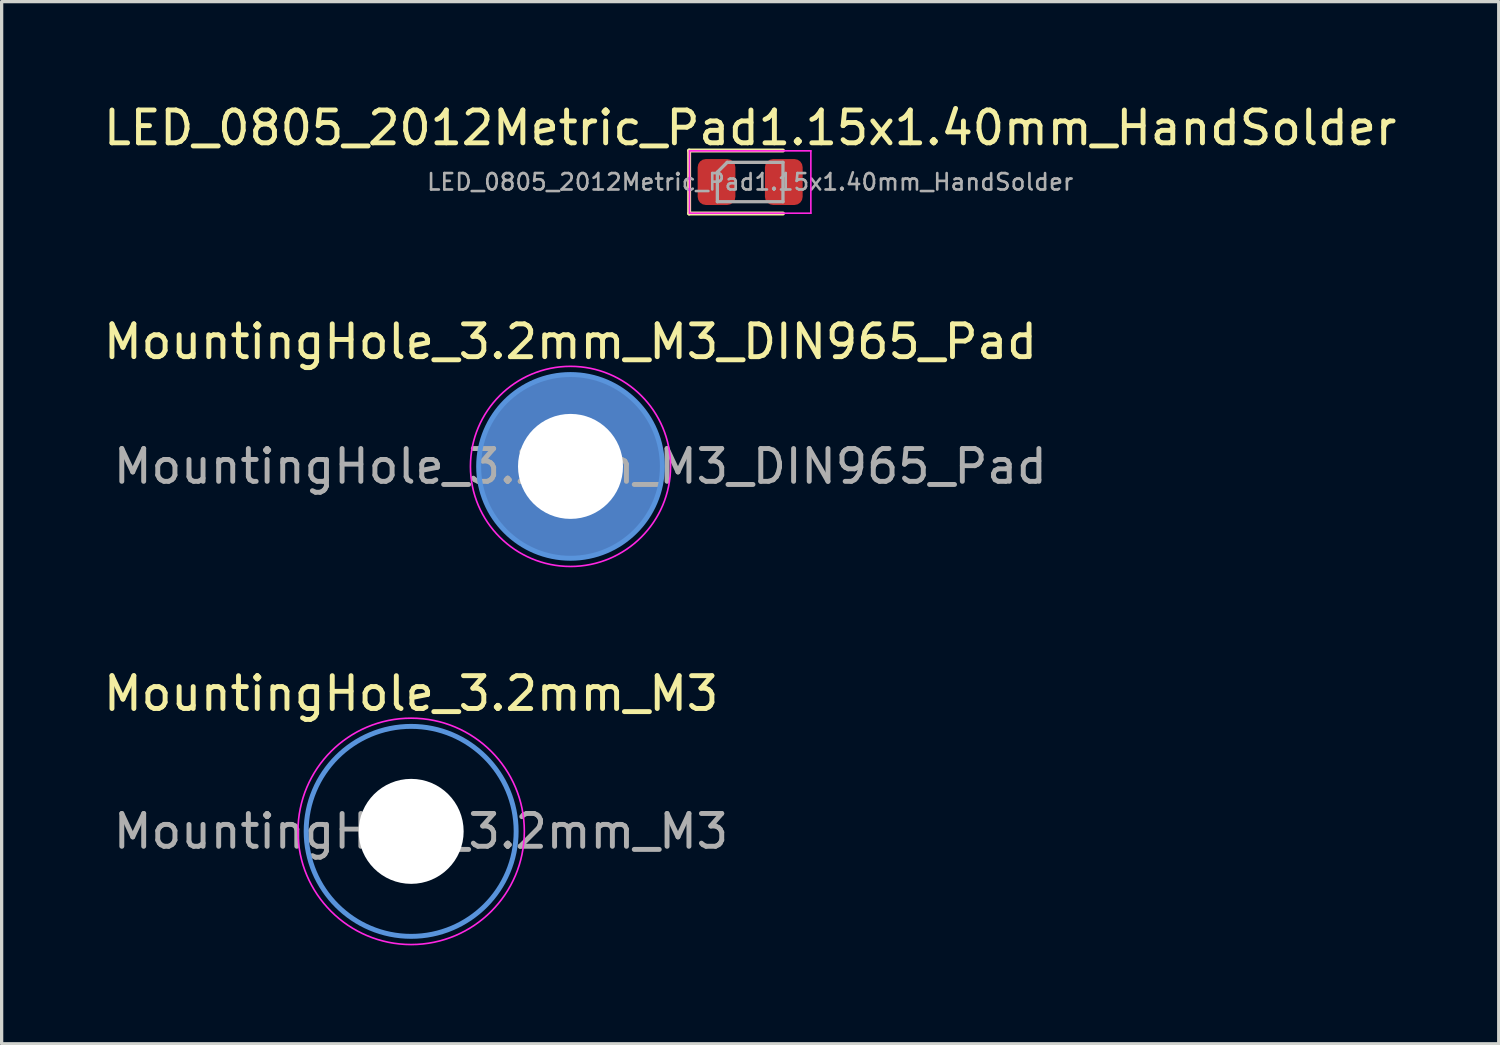
<source format=kicad_pcb>
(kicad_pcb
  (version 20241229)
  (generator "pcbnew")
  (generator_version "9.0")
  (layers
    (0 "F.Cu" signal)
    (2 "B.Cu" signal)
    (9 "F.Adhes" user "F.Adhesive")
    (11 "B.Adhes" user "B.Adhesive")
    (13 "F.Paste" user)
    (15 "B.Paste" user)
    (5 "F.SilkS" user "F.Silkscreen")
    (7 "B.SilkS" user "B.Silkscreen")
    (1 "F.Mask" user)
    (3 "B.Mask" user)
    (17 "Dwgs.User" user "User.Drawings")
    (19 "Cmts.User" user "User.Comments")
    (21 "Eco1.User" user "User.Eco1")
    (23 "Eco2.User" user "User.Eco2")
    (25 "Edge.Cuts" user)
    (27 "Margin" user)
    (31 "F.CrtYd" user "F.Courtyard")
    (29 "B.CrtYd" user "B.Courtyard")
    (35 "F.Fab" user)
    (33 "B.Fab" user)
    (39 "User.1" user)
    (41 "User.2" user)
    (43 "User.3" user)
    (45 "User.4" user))
  (footprint "LED_0805_2012Metric_Pad1.15x1.40mm_HandSolder"
    (layer "F.Cu")
    (at 19.815 2.498)
    (property "Reference" "LED_0805_2012Metric_Pad1.15x1.40mm_HandSolder" (at 0 -1.65 180) (layer "F.SilkS") (effects (font (size 1 1) (thickness 0.15))))
    (attr smd)
    (fp_line (start -1.86 -0.96) (end -1.86 0.96) (stroke (width 0.12) (type solid)) (layer "F.SilkS"))
    (fp_line (start -1.86 0.96) (end 1 0.96) (stroke (width 0.12) (type solid)) (layer "F.SilkS"))
    (fp_line (start 1 -0.96) (end -1.86 -0.96) (stroke (width 0.12) (type solid)) (layer "F.SilkS"))
    (fp_line (start -1.85 -0.95) (end 1.85 -0.95) (stroke (width 0.05) (type solid)) (layer "F.CrtYd"))
    (fp_line (start -1.85 0.95) (end -1.85 -0.95) (stroke (width 0.05) (type solid)) (layer "F.CrtYd"))
    (fp_line (start 1.85 -0.95) (end 1.85 0.95) (stroke (width 0.05) (type solid)) (layer "F.CrtYd"))
    (fp_line (start 1.85 0.95) (end -1.85 0.95) (stroke (width 0.05) (type solid)) (layer "F.CrtYd"))
    (fp_line (start -1 -0.3) (end -1 0.6) (stroke (width 0.1) (type solid)) (layer "F.Fab"))
    (fp_line (start -1 0.6) (end 1 0.6) (stroke (width 0.1) (type solid)) (layer "F.Fab"))
    (fp_line (start -0.7 -0.6) (end -1 -0.3) (stroke (width 0.1) (type solid)) (layer "F.Fab"))
    (fp_line (start 1 -0.6) (end -0.7 -0.6) (stroke (width 0.1) (type solid)) (layer "F.Fab"))
    (fp_line (start 1 0.6) (end 1 -0.6) (stroke (width 0.1) (type solid)) (layer "F.Fab"))
    (fp_text user "${REFERENCE}" (at 0 0 180) (layer "F.Fab") (effects (font (size 0.5 0.5) (thickness 0.08))))
    (pad "1" smd roundrect (at -1.025 0) (size 1.15 1.4) (layers "F.Cu" "F.Mask" "F.Paste") (roundrect_rratio 0.217))
    (pad "2" smd roundrect (at 1.025 0) (size 1.15 1.4) (layers "F.Cu" "F.Mask" "F.Paste") (roundrect_rratio 0.217)))
  (footprint "MountingHole_3.2mm_M3_DIN965_Pad"
    (layer "F.Cu")
    (at 14.339 11.166)
    (property "Reference" "MountingHole_3.2mm_M3_DIN965_Pad" (at 0 -3.8 0) (layer "F.SilkS") (effects (font (size 1 1) (thickness 0.15))))
    (attr exclude_from_pos_files exclude_from_bom)
    (fp_circle (center 0 0) (end 2.8 0) (stroke (width 0.15) (type solid)) (fill no) (layer "Cmts.User"))
    (fp_circle (center 0 0) (end 3.05 0) (stroke (width 0.05) (type solid)) (fill no) (layer "F.CrtYd"))
    (fp_text user "${REFERENCE}" (at 0.3 0 0) (layer "F.Fab") (effects (font (size 1 1) (thickness 0.15))))
    (pad "1" thru_hole circle (at 0 0) (size 5.6 5.6) (drill 3.2) (layers "*.Cu" "*.Mask")))
  (footprint "MountingHole_3.2mm_M3"
    (layer "F.Cu")
    (at 9.482 22.29)
    (property "Reference" "MountingHole_3.2mm_M3" (at 0 -4.2 0) (layer "F.SilkS") (effects (font (size 1 1) (thickness 0.15))))
    (attr exclude_from_pos_files exclude_from_bom)
    (fp_circle (center 0 0) (end 3.2 0) (stroke (width 0.15) (type solid)) (fill no) (layer "Cmts.User"))
    (fp_circle (center 0 0) (end 3.45 0) (stroke (width 0.05) (type solid)) (fill no) (layer "F.CrtYd"))
    (fp_text user "${REFERENCE}" (at 0.3 0 0) (layer "F.Fab") (effects (font (size 1 1) (thickness 0.15))))
    (pad "" np_thru_hole circle (at 0 0) (size 3.2 3.2) (drill 3.2) (layers "*.Cu" "*.Mask")))
  (gr_rect
    (start -3 -3)
    (end 42.631 28.765)
    (stroke (width 0.1) (type default))
    (fill no)
    (layer "Edge.Cuts")))
</source>
